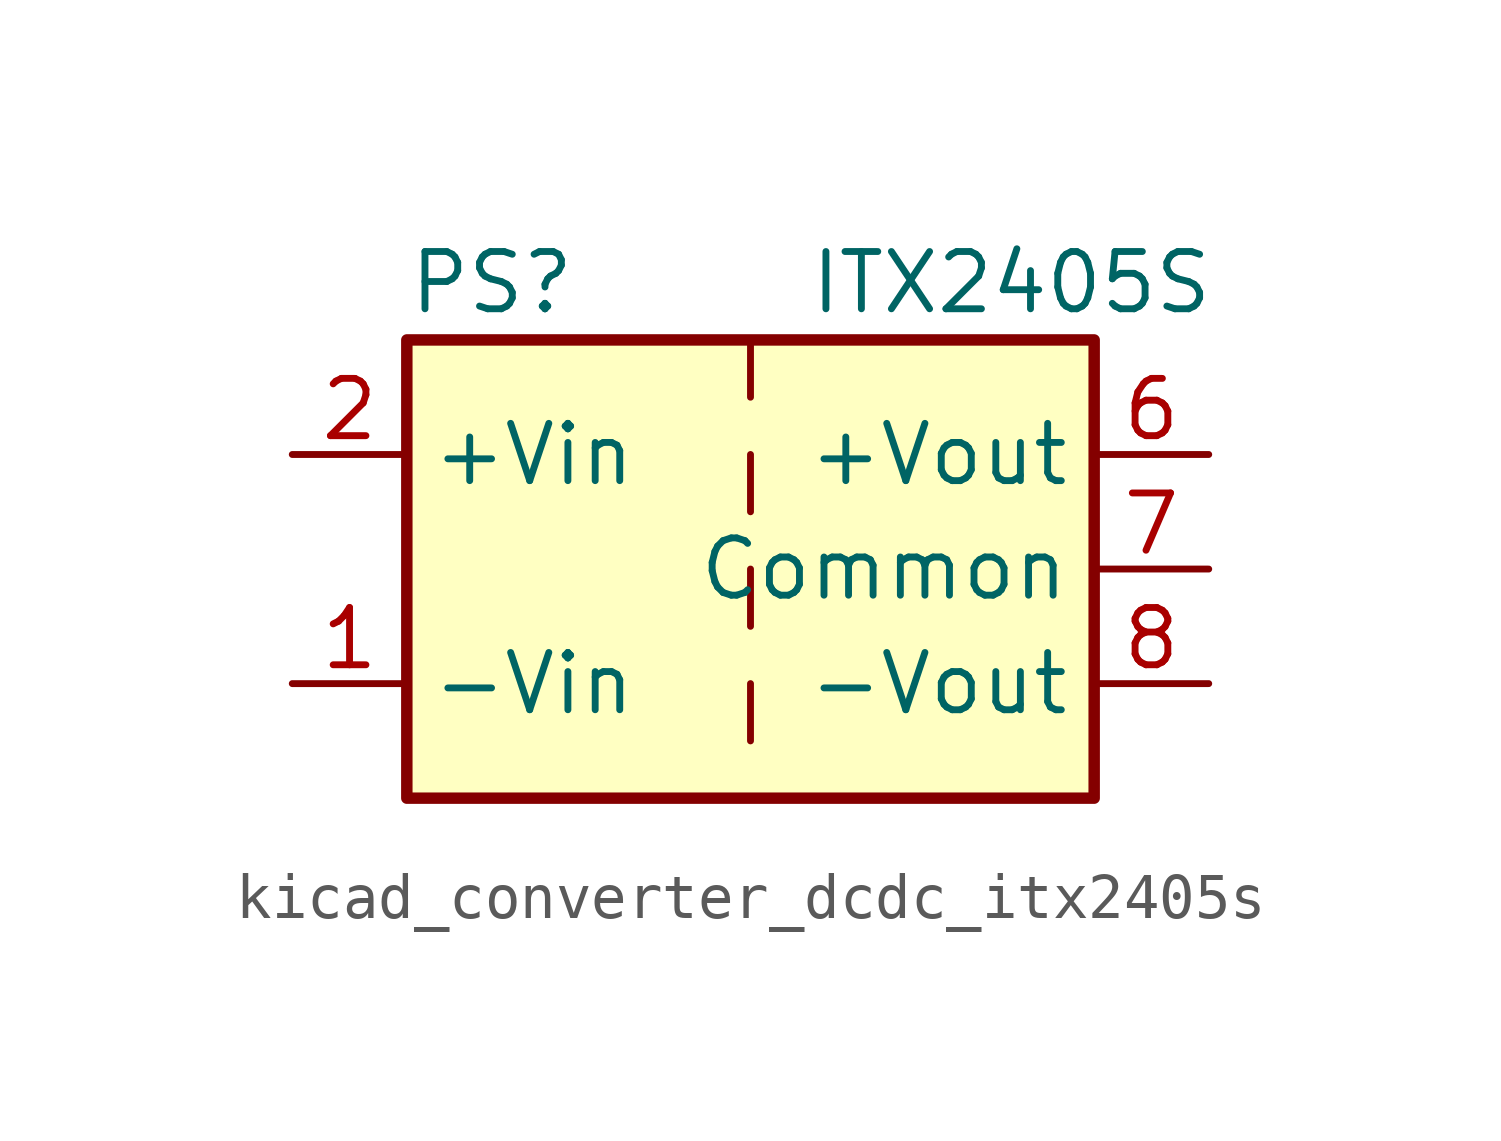
<source format=kicad_sym>
(kicad_symbol_lib
  (version 20220914)
  (generator kicad_symbol_editor)
  (symbol "kicad_converter_dcdc_itx2405s"
    (property "Reference" "PS"
      (at -7.62 6.35 0)
      (effects (font (size 1.27 1.27)) (justify left)))
    (property "Value" "ITX2405S"
      (at 1.27 6.35 0)
      (effects (font (size 1.27 1.27)) (justify left)))
    (symbol "kicad_converter_dcdc_itx2405s_0_0"
      (pin power_in line (at -10.16 -2.54 0) (length 2.54) (name "-Vin" (effects (font (size 1.27 1.27)))) (number "1" (effects (font (size 1.27 1.27)))))
      (pin power_in line (at -10.16 2.54 0) (length 2.54) (name "+Vin" (effects (font (size 1.27 1.27)))) (number "2" (effects (font (size 1.27 1.27)))))
      (pin no_connect line (at 0 -5.08 90) (length 2.54) hide (name "NC" (effects (font (size 1.27 1.27)))) (number "3" (effects (font (size 1.27 1.27)))))
      (pin no_connect line (at 0 5.08 270) (length 2.54) hide (name "NC" (effects (font (size 1.27 1.27)))) (number "5" (effects (font (size 1.27 1.27)))))
      (pin power_out line (at 10.16 2.54 180) (length 2.54) (name "+Vout" (effects (font (size 1.27 1.27)))) (number "6" (effects (font (size 1.27 1.27)))))
      (pin power_out line (at 10.16 0 180) (length 2.54) (name "Common" (effects (font (size 1.27 1.27)))) (number "7" (effects (font (size 1.27 1.27)))))
      (pin power_out line (at 10.16 -2.54 180) (length 2.54) (name "-Vout" (effects (font (size 1.27 1.27)))) (number "8" (effects (font (size 1.27 1.27))))))
    (symbol "kicad_converter_dcdc_itx2405s_0_1"
      (rectangle (start -7.62 5.08) (end 7.62 -5.08) (stroke (width 0.254) (type default)) (fill (type background)))
      (polyline (pts (xy 0 -2.54) (xy 0 -3.81)) (stroke (width 0) (type default)) (fill (type none)))
      (polyline (pts (xy 0 0) (xy 0 -1.27)) (stroke (width 0) (type default)) (fill (type none)))
      (polyline (pts (xy 0 2.54) (xy 0 1.27)) (stroke (width 0) (type default)) (fill (type none)))
      (polyline (pts (xy 0 5.08) (xy 0 3.81)) (stroke (width 0) (type default)) (fill (type none))))))
</source>
